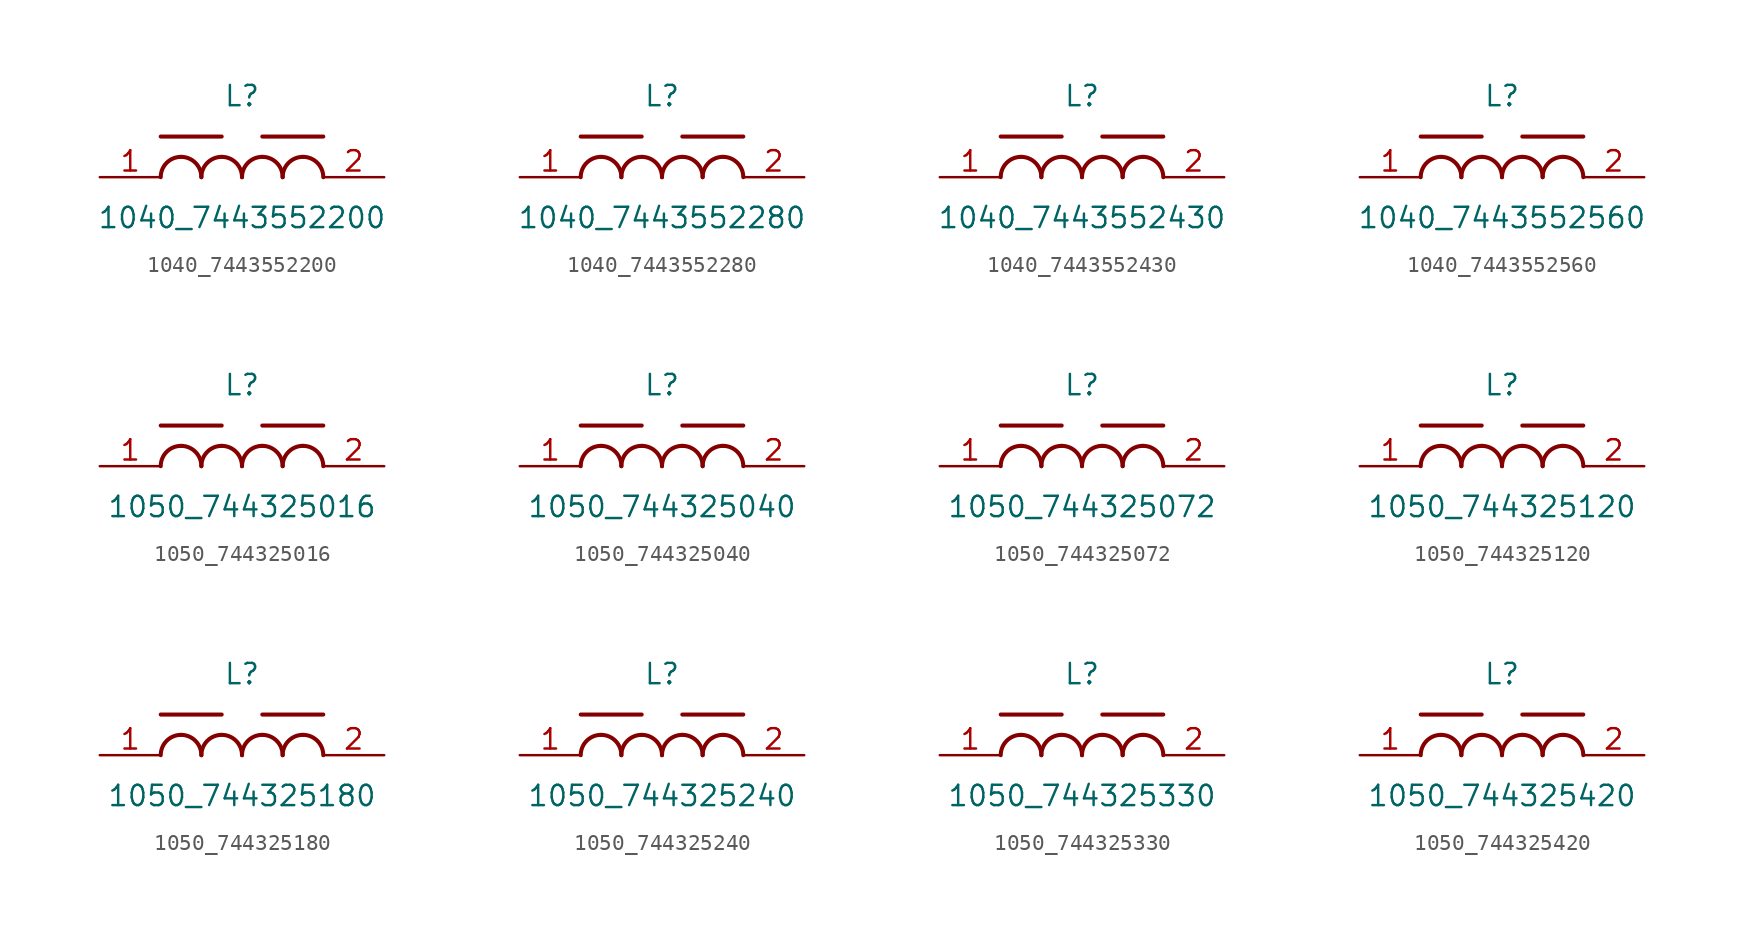
<source format=kicad_sym>
(kicad_symbol_lib
  (version 20211014)
  (generator kicad_symbol_editor)
  (symbol "Inductor_Wurth_WE-HCI:1040_7443552200"
    (pin_names hide)
    (property "Reference" "L"
      (at 0 5.08 0)
      (effects (font (size 1.27 1.27))))
    (property "Value" "1040_7443552200"
      (at 0 -2.54 0)
      (effects (font (size 1.27 1.27))))
    (symbol "1040_7443552200_0_1"
      (arc (start -3.81 1.27) (mid -4.708 0.898) (end -5.08 0) (stroke (width 0.254) (type default) (color 0 0 0 0)) (fill (type none)))
      (arc (start -2.54 0) (mid -2.912 0.898) (end -3.81 1.27) (stroke (width 0.254) (type default) (color 0 0 0 0)) (fill (type none)))
      (arc (start -1.2699 1.2701) (mid -2.1679 0.8981) (end -2.5399 0.0001) (stroke (width 0.254) (type default) (color 0 0 0 0)) (fill (type none)))
      (polyline (pts (xy -5.08 2.54) (xy -1.27 2.54)) (stroke (width 0.254) (type default) (color 0 0 0 0)) (fill (type none)))
      (polyline (pts (xy 5.08 2.54) (xy 1.27 2.54)) (stroke (width 0.254) (type default) (color 0 0 0 0)) (fill (type none)))
      (arc (start 0.0001 0.0001) (mid -0.3719 0.8981) (end -1.2699 1.2701) (stroke (width 0.254) (type default) (color 0 0 0 0)) (fill (type none)))
      (arc (start 1.2701 1.2701) (mid 0.3721 0.8981) (end 0.0001 0.0001) (stroke (width 0.254) (type default) (color 0 0 0 0)) (fill (type none)))
      (arc (start 2.5401 0.0001) (mid 2.1681 0.8981) (end 1.2701 1.2701) (stroke (width 0.254) (type default) (color 0 0 0 0)) (fill (type none)))
      (arc (start 3.8101 1.2701) (mid 2.9121 0.8981) (end 2.5401 0.0001) (stroke (width 0.254) (type default) (color 0 0 0 0)) (fill (type none)))
      (arc (start 5.0801 0.0001) (mid 4.7081 0.8981) (end 3.8101 1.2701) (stroke (width 0.254) (type default) (color 0 0 0 0)) (fill (type none))))
    (symbol "1040_7443552200_1_1"
      (pin passive line (at -8.89 0 0) (length 3.81) (name "1" (effects (font (size 1.27 1.27)))) (number "1" (effects (font (size 1.27 1.27)))))
      (pin passive line (at 8.89 0 180) (length 3.81) (name "2" (effects (font (size 1.27 1.27)))) (number "2" (effects (font (size 1.27 1.27)))))))
  (symbol "Inductor_Wurth_WE-HCI:1040_7443552280"
    (pin_names hide)
    (property "Reference" "L"
      (at 0 5.08 0)
      (effects (font (size 1.27 1.27))))
    (property "Value" "1040_7443552280"
      (at 0 -2.54 0)
      (effects (font (size 1.27 1.27))))
    (symbol "1040_7443552280_0_1"
      (arc (start -3.81 1.27) (mid -4.708 0.898) (end -5.08 0) (stroke (width 0.254) (type default) (color 0 0 0 0)) (fill (type none)))
      (arc (start -2.54 0) (mid -2.912 0.898) (end -3.81 1.27) (stroke (width 0.254) (type default) (color 0 0 0 0)) (fill (type none)))
      (arc (start -1.2699 1.2701) (mid -2.1679 0.8981) (end -2.5399 0.0001) (stroke (width 0.254) (type default) (color 0 0 0 0)) (fill (type none)))
      (polyline (pts (xy -5.08 2.54) (xy -1.27 2.54)) (stroke (width 0.254) (type default) (color 0 0 0 0)) (fill (type none)))
      (polyline (pts (xy 5.08 2.54) (xy 1.27 2.54)) (stroke (width 0.254) (type default) (color 0 0 0 0)) (fill (type none)))
      (arc (start 0.0001 0.0001) (mid -0.3719 0.8981) (end -1.2699 1.2701) (stroke (width 0.254) (type default) (color 0 0 0 0)) (fill (type none)))
      (arc (start 1.2701 1.2701) (mid 0.3721 0.8981) (end 0.0001 0.0001) (stroke (width 0.254) (type default) (color 0 0 0 0)) (fill (type none)))
      (arc (start 2.5401 0.0001) (mid 2.1681 0.8981) (end 1.2701 1.2701) (stroke (width 0.254) (type default) (color 0 0 0 0)) (fill (type none)))
      (arc (start 3.8101 1.2701) (mid 2.9121 0.8981) (end 2.5401 0.0001) (stroke (width 0.254) (type default) (color 0 0 0 0)) (fill (type none)))
      (arc (start 5.0801 0.0001) (mid 4.7081 0.8981) (end 3.8101 1.2701) (stroke (width 0.254) (type default) (color 0 0 0 0)) (fill (type none))))
    (symbol "1040_7443552280_1_1"
      (pin passive line (at -8.89 0 0) (length 3.81) (name "1" (effects (font (size 1.27 1.27)))) (number "1" (effects (font (size 1.27 1.27)))))
      (pin passive line (at 8.89 0 180) (length 3.81) (name "2" (effects (font (size 1.27 1.27)))) (number "2" (effects (font (size 1.27 1.27)))))))
  (symbol "Inductor_Wurth_WE-HCI:1040_7443552430"
    (pin_names hide)
    (property "Reference" "L"
      (at 0 5.08 0)
      (effects (font (size 1.27 1.27))))
    (property "Value" "1040_7443552430"
      (at 0 -2.54 0)
      (effects (font (size 1.27 1.27))))
    (symbol "1040_7443552430_0_1"
      (arc (start -3.81 1.27) (mid -4.708 0.898) (end -5.08 0) (stroke (width 0.254) (type default) (color 0 0 0 0)) (fill (type none)))
      (arc (start -2.54 0) (mid -2.912 0.898) (end -3.81 1.27) (stroke (width 0.254) (type default) (color 0 0 0 0)) (fill (type none)))
      (arc (start -1.2699 1.2701) (mid -2.1679 0.8981) (end -2.5399 0.0001) (stroke (width 0.254) (type default) (color 0 0 0 0)) (fill (type none)))
      (polyline (pts (xy -5.08 2.54) (xy -1.27 2.54)) (stroke (width 0.254) (type default) (color 0 0 0 0)) (fill (type none)))
      (polyline (pts (xy 5.08 2.54) (xy 1.27 2.54)) (stroke (width 0.254) (type default) (color 0 0 0 0)) (fill (type none)))
      (arc (start 0.0001 0.0001) (mid -0.3719 0.8981) (end -1.2699 1.2701) (stroke (width 0.254) (type default) (color 0 0 0 0)) (fill (type none)))
      (arc (start 1.2701 1.2701) (mid 0.3721 0.8981) (end 0.0001 0.0001) (stroke (width 0.254) (type default) (color 0 0 0 0)) (fill (type none)))
      (arc (start 2.5401 0.0001) (mid 2.1681 0.8981) (end 1.2701 1.2701) (stroke (width 0.254) (type default) (color 0 0 0 0)) (fill (type none)))
      (arc (start 3.8101 1.2701) (mid 2.9121 0.8981) (end 2.5401 0.0001) (stroke (width 0.254) (type default) (color 0 0 0 0)) (fill (type none)))
      (arc (start 5.0801 0.0001) (mid 4.7081 0.8981) (end 3.8101 1.2701) (stroke (width 0.254) (type default) (color 0 0 0 0)) (fill (type none))))
    (symbol "1040_7443552430_1_1"
      (pin passive line (at -8.89 0 0) (length 3.81) (name "1" (effects (font (size 1.27 1.27)))) (number "1" (effects (font (size 1.27 1.27)))))
      (pin passive line (at 8.89 0 180) (length 3.81) (name "2" (effects (font (size 1.27 1.27)))) (number "2" (effects (font (size 1.27 1.27)))))))
  (symbol "Inductor_Wurth_WE-HCI:1040_7443552560"
    (pin_names hide)
    (property "Reference" "L"
      (at 0 5.08 0)
      (effects (font (size 1.27 1.27))))
    (property "Value" "1040_7443552560"
      (at 0 -2.54 0)
      (effects (font (size 1.27 1.27))))
    (symbol "1040_7443552560_0_1"
      (arc (start -3.81 1.27) (mid -4.708 0.898) (end -5.08 0) (stroke (width 0.254) (type default) (color 0 0 0 0)) (fill (type none)))
      (arc (start -2.54 0) (mid -2.912 0.898) (end -3.81 1.27) (stroke (width 0.254) (type default) (color 0 0 0 0)) (fill (type none)))
      (arc (start -1.2699 1.2701) (mid -2.1679 0.8981) (end -2.5399 0.0001) (stroke (width 0.254) (type default) (color 0 0 0 0)) (fill (type none)))
      (polyline (pts (xy -5.08 2.54) (xy -1.27 2.54)) (stroke (width 0.254) (type default) (color 0 0 0 0)) (fill (type none)))
      (polyline (pts (xy 5.08 2.54) (xy 1.27 2.54)) (stroke (width 0.254) (type default) (color 0 0 0 0)) (fill (type none)))
      (arc (start 0.0001 0.0001) (mid -0.3719 0.8981) (end -1.2699 1.2701) (stroke (width 0.254) (type default) (color 0 0 0 0)) (fill (type none)))
      (arc (start 1.2701 1.2701) (mid 0.3721 0.8981) (end 0.0001 0.0001) (stroke (width 0.254) (type default) (color 0 0 0 0)) (fill (type none)))
      (arc (start 2.5401 0.0001) (mid 2.1681 0.8981) (end 1.2701 1.2701) (stroke (width 0.254) (type default) (color 0 0 0 0)) (fill (type none)))
      (arc (start 3.8101 1.2701) (mid 2.9121 0.8981) (end 2.5401 0.0001) (stroke (width 0.254) (type default) (color 0 0 0 0)) (fill (type none)))
      (arc (start 5.0801 0.0001) (mid 4.7081 0.8981) (end 3.8101 1.2701) (stroke (width 0.254) (type default) (color 0 0 0 0)) (fill (type none))))
    (symbol "1040_7443552560_1_1"
      (pin passive line (at -8.89 0 0) (length 3.81) (name "1" (effects (font (size 1.27 1.27)))) (number "1" (effects (font (size 1.27 1.27)))))
      (pin passive line (at 8.89 0 180) (length 3.81) (name "2" (effects (font (size 1.27 1.27)))) (number "2" (effects (font (size 1.27 1.27)))))))
  (symbol "Inductor_Wurth_WE-HCI:1050_744325016"
    (pin_names hide)
    (property "Reference" "L"
      (at 0 5.08 0)
      (effects (font (size 1.27 1.27))))
    (property "Value" "1050_744325016"
      (at 0 -2.54 0)
      (effects (font (size 1.27 1.27))))
    (symbol "1050_744325016_0_1"
      (arc (start -3.81 1.27) (mid -4.708 0.898) (end -5.08 0) (stroke (width 0.254) (type default) (color 0 0 0 0)) (fill (type none)))
      (arc (start -2.54 0) (mid -2.912 0.898) (end -3.81 1.27) (stroke (width 0.254) (type default) (color 0 0 0 0)) (fill (type none)))
      (arc (start -1.2699 1.2701) (mid -2.1679 0.8981) (end -2.5399 0.0001) (stroke (width 0.254) (type default) (color 0 0 0 0)) (fill (type none)))
      (polyline (pts (xy -5.08 2.54) (xy -1.27 2.54)) (stroke (width 0.254) (type default) (color 0 0 0 0)) (fill (type none)))
      (polyline (pts (xy 5.08 2.54) (xy 1.27 2.54)) (stroke (width 0.254) (type default) (color 0 0 0 0)) (fill (type none)))
      (arc (start 0.0001 0.0001) (mid -0.3719 0.8981) (end -1.2699 1.2701) (stroke (width 0.254) (type default) (color 0 0 0 0)) (fill (type none)))
      (arc (start 1.2701 1.2701) (mid 0.3721 0.8981) (end 0.0001 0.0001) (stroke (width 0.254) (type default) (color 0 0 0 0)) (fill (type none)))
      (arc (start 2.5401 0.0001) (mid 2.1681 0.8981) (end 1.2701 1.2701) (stroke (width 0.254) (type default) (color 0 0 0 0)) (fill (type none)))
      (arc (start 3.8101 1.2701) (mid 2.9121 0.8981) (end 2.5401 0.0001) (stroke (width 0.254) (type default) (color 0 0 0 0)) (fill (type none)))
      (arc (start 5.0801 0.0001) (mid 4.7081 0.8981) (end 3.8101 1.2701) (stroke (width 0.254) (type default) (color 0 0 0 0)) (fill (type none))))
    (symbol "1050_744325016_1_1"
      (pin passive line (at -8.89 0 0) (length 3.81) (name "1" (effects (font (size 1.27 1.27)))) (number "1" (effects (font (size 1.27 1.27)))))
      (pin passive line (at 8.89 0 180) (length 3.81) (name "2" (effects (font (size 1.27 1.27)))) (number "2" (effects (font (size 1.27 1.27)))))))
  (symbol "Inductor_Wurth_WE-HCI:1050_744325040"
    (pin_names hide)
    (property "Reference" "L"
      (at 0 5.08 0)
      (effects (font (size 1.27 1.27))))
    (property "Value" "1050_744325040"
      (at 0 -2.54 0)
      (effects (font (size 1.27 1.27))))
    (symbol "1050_744325040_0_1"
      (arc (start -3.81 1.27) (mid -4.708 0.898) (end -5.08 0) (stroke (width 0.254) (type default) (color 0 0 0 0)) (fill (type none)))
      (arc (start -2.54 0) (mid -2.912 0.898) (end -3.81 1.27) (stroke (width 0.254) (type default) (color 0 0 0 0)) (fill (type none)))
      (arc (start -1.2699 1.2701) (mid -2.1679 0.8981) (end -2.5399 0.0001) (stroke (width 0.254) (type default) (color 0 0 0 0)) (fill (type none)))
      (polyline (pts (xy -5.08 2.54) (xy -1.27 2.54)) (stroke (width 0.254) (type default) (color 0 0 0 0)) (fill (type none)))
      (polyline (pts (xy 5.08 2.54) (xy 1.27 2.54)) (stroke (width 0.254) (type default) (color 0 0 0 0)) (fill (type none)))
      (arc (start 0.0001 0.0001) (mid -0.3719 0.8981) (end -1.2699 1.2701) (stroke (width 0.254) (type default) (color 0 0 0 0)) (fill (type none)))
      (arc (start 1.2701 1.2701) (mid 0.3721 0.8981) (end 0.0001 0.0001) (stroke (width 0.254) (type default) (color 0 0 0 0)) (fill (type none)))
      (arc (start 2.5401 0.0001) (mid 2.1681 0.8981) (end 1.2701 1.2701) (stroke (width 0.254) (type default) (color 0 0 0 0)) (fill (type none)))
      (arc (start 3.8101 1.2701) (mid 2.9121 0.8981) (end 2.5401 0.0001) (stroke (width 0.254) (type default) (color 0 0 0 0)) (fill (type none)))
      (arc (start 5.0801 0.0001) (mid 4.7081 0.8981) (end 3.8101 1.2701) (stroke (width 0.254) (type default) (color 0 0 0 0)) (fill (type none))))
    (symbol "1050_744325040_1_1"
      (pin passive line (at -8.89 0 0) (length 3.81) (name "1" (effects (font (size 1.27 1.27)))) (number "1" (effects (font (size 1.27 1.27)))))
      (pin passive line (at 8.89 0 180) (length 3.81) (name "2" (effects (font (size 1.27 1.27)))) (number "2" (effects (font (size 1.27 1.27)))))))
  (symbol "Inductor_Wurth_WE-HCI:1050_744325072"
    (pin_names hide)
    (property "Reference" "L"
      (at 0 5.08 0)
      (effects (font (size 1.27 1.27))))
    (property "Value" "1050_744325072"
      (at 0 -2.54 0)
      (effects (font (size 1.27 1.27))))
    (symbol "1050_744325072_0_1"
      (arc (start -3.81 1.27) (mid -4.708 0.898) (end -5.08 0) (stroke (width 0.254) (type default) (color 0 0 0 0)) (fill (type none)))
      (arc (start -2.54 0) (mid -2.912 0.898) (end -3.81 1.27) (stroke (width 0.254) (type default) (color 0 0 0 0)) (fill (type none)))
      (arc (start -1.2699 1.2701) (mid -2.1679 0.8981) (end -2.5399 0.0001) (stroke (width 0.254) (type default) (color 0 0 0 0)) (fill (type none)))
      (polyline (pts (xy -5.08 2.54) (xy -1.27 2.54)) (stroke (width 0.254) (type default) (color 0 0 0 0)) (fill (type none)))
      (polyline (pts (xy 5.08 2.54) (xy 1.27 2.54)) (stroke (width 0.254) (type default) (color 0 0 0 0)) (fill (type none)))
      (arc (start 0.0001 0.0001) (mid -0.3719 0.8981) (end -1.2699 1.2701) (stroke (width 0.254) (type default) (color 0 0 0 0)) (fill (type none)))
      (arc (start 1.2701 1.2701) (mid 0.3721 0.8981) (end 0.0001 0.0001) (stroke (width 0.254) (type default) (color 0 0 0 0)) (fill (type none)))
      (arc (start 2.5401 0.0001) (mid 2.1681 0.8981) (end 1.2701 1.2701) (stroke (width 0.254) (type default) (color 0 0 0 0)) (fill (type none)))
      (arc (start 3.8101 1.2701) (mid 2.9121 0.8981) (end 2.5401 0.0001) (stroke (width 0.254) (type default) (color 0 0 0 0)) (fill (type none)))
      (arc (start 5.0801 0.0001) (mid 4.7081 0.8981) (end 3.8101 1.2701) (stroke (width 0.254) (type default) (color 0 0 0 0)) (fill (type none))))
    (symbol "1050_744325072_1_1"
      (pin passive line (at -8.89 0 0) (length 3.81) (name "1" (effects (font (size 1.27 1.27)))) (number "1" (effects (font (size 1.27 1.27)))))
      (pin passive line (at 8.89 0 180) (length 3.81) (name "2" (effects (font (size 1.27 1.27)))) (number "2" (effects (font (size 1.27 1.27)))))))
  (symbol "Inductor_Wurth_WE-HCI:1050_744325120"
    (pin_names hide)
    (property "Reference" "L"
      (at 0 5.08 0)
      (effects (font (size 1.27 1.27))))
    (property "Value" "1050_744325120"
      (at 0 -2.54 0)
      (effects (font (size 1.27 1.27))))
    (symbol "1050_744325120_0_1"
      (arc (start -3.81 1.27) (mid -4.708 0.898) (end -5.08 0) (stroke (width 0.254) (type default) (color 0 0 0 0)) (fill (type none)))
      (arc (start -2.54 0) (mid -2.912 0.898) (end -3.81 1.27) (stroke (width 0.254) (type default) (color 0 0 0 0)) (fill (type none)))
      (arc (start -1.2699 1.2701) (mid -2.1679 0.8981) (end -2.5399 0.0001) (stroke (width 0.254) (type default) (color 0 0 0 0)) (fill (type none)))
      (polyline (pts (xy -5.08 2.54) (xy -1.27 2.54)) (stroke (width 0.254) (type default) (color 0 0 0 0)) (fill (type none)))
      (polyline (pts (xy 5.08 2.54) (xy 1.27 2.54)) (stroke (width 0.254) (type default) (color 0 0 0 0)) (fill (type none)))
      (arc (start 0.0001 0.0001) (mid -0.3719 0.8981) (end -1.2699 1.2701) (stroke (width 0.254) (type default) (color 0 0 0 0)) (fill (type none)))
      (arc (start 1.2701 1.2701) (mid 0.3721 0.8981) (end 0.0001 0.0001) (stroke (width 0.254) (type default) (color 0 0 0 0)) (fill (type none)))
      (arc (start 2.5401 0.0001) (mid 2.1681 0.8981) (end 1.2701 1.2701) (stroke (width 0.254) (type default) (color 0 0 0 0)) (fill (type none)))
      (arc (start 3.8101 1.2701) (mid 2.9121 0.8981) (end 2.5401 0.0001) (stroke (width 0.254) (type default) (color 0 0 0 0)) (fill (type none)))
      (arc (start 5.0801 0.0001) (mid 4.7081 0.8981) (end 3.8101 1.2701) (stroke (width 0.254) (type default) (color 0 0 0 0)) (fill (type none))))
    (symbol "1050_744325120_1_1"
      (pin passive line (at -8.89 0 0) (length 3.81) (name "1" (effects (font (size 1.27 1.27)))) (number "1" (effects (font (size 1.27 1.27)))))
      (pin passive line (at 8.89 0 180) (length 3.81) (name "2" (effects (font (size 1.27 1.27)))) (number "2" (effects (font (size 1.27 1.27)))))))
  (symbol "Inductor_Wurth_WE-HCI:1050_744325180"
    (pin_names hide)
    (property "Reference" "L"
      (at 0 5.08 0)
      (effects (font (size 1.27 1.27))))
    (property "Value" "1050_744325180"
      (at 0 -2.54 0)
      (effects (font (size 1.27 1.27))))
    (symbol "1050_744325180_0_1"
      (arc (start -3.81 1.27) (mid -4.708 0.898) (end -5.08 0) (stroke (width 0.254) (type default) (color 0 0 0 0)) (fill (type none)))
      (arc (start -2.54 0) (mid -2.912 0.898) (end -3.81 1.27) (stroke (width 0.254) (type default) (color 0 0 0 0)) (fill (type none)))
      (arc (start -1.2699 1.2701) (mid -2.1679 0.8981) (end -2.5399 0.0001) (stroke (width 0.254) (type default) (color 0 0 0 0)) (fill (type none)))
      (polyline (pts (xy -5.08 2.54) (xy -1.27 2.54)) (stroke (width 0.254) (type default) (color 0 0 0 0)) (fill (type none)))
      (polyline (pts (xy 5.08 2.54) (xy 1.27 2.54)) (stroke (width 0.254) (type default) (color 0 0 0 0)) (fill (type none)))
      (arc (start 0.0001 0.0001) (mid -0.3719 0.8981) (end -1.2699 1.2701) (stroke (width 0.254) (type default) (color 0 0 0 0)) (fill (type none)))
      (arc (start 1.2701 1.2701) (mid 0.3721 0.8981) (end 0.0001 0.0001) (stroke (width 0.254) (type default) (color 0 0 0 0)) (fill (type none)))
      (arc (start 2.5401 0.0001) (mid 2.1681 0.8981) (end 1.2701 1.2701) (stroke (width 0.254) (type default) (color 0 0 0 0)) (fill (type none)))
      (arc (start 3.8101 1.2701) (mid 2.9121 0.8981) (end 2.5401 0.0001) (stroke (width 0.254) (type default) (color 0 0 0 0)) (fill (type none)))
      (arc (start 5.0801 0.0001) (mid 4.7081 0.8981) (end 3.8101 1.2701) (stroke (width 0.254) (type default) (color 0 0 0 0)) (fill (type none))))
    (symbol "1050_744325180_1_1"
      (pin passive line (at -8.89 0 0) (length 3.81) (name "1" (effects (font (size 1.27 1.27)))) (number "1" (effects (font (size 1.27 1.27)))))
      (pin passive line (at 8.89 0 180) (length 3.81) (name "2" (effects (font (size 1.27 1.27)))) (number "2" (effects (font (size 1.27 1.27)))))))
  (symbol "Inductor_Wurth_WE-HCI:1050_744325240"
    (pin_names hide)
    (property "Reference" "L"
      (at 0 5.08 0)
      (effects (font (size 1.27 1.27))))
    (property "Value" "1050_744325240"
      (at 0 -2.54 0)
      (effects (font (size 1.27 1.27))))
    (symbol "1050_744325240_0_1"
      (arc (start -3.81 1.27) (mid -4.708 0.898) (end -5.08 0) (stroke (width 0.254) (type default) (color 0 0 0 0)) (fill (type none)))
      (arc (start -2.54 0) (mid -2.912 0.898) (end -3.81 1.27) (stroke (width 0.254) (type default) (color 0 0 0 0)) (fill (type none)))
      (arc (start -1.2699 1.2701) (mid -2.1679 0.8981) (end -2.5399 0.0001) (stroke (width 0.254) (type default) (color 0 0 0 0)) (fill (type none)))
      (polyline (pts (xy -5.08 2.54) (xy -1.27 2.54)) (stroke (width 0.254) (type default) (color 0 0 0 0)) (fill (type none)))
      (polyline (pts (xy 5.08 2.54) (xy 1.27 2.54)) (stroke (width 0.254) (type default) (color 0 0 0 0)) (fill (type none)))
      (arc (start 0.0001 0.0001) (mid -0.3719 0.8981) (end -1.2699 1.2701) (stroke (width 0.254) (type default) (color 0 0 0 0)) (fill (type none)))
      (arc (start 1.2701 1.2701) (mid 0.3721 0.8981) (end 0.0001 0.0001) (stroke (width 0.254) (type default) (color 0 0 0 0)) (fill (type none)))
      (arc (start 2.5401 0.0001) (mid 2.1681 0.8981) (end 1.2701 1.2701) (stroke (width 0.254) (type default) (color 0 0 0 0)) (fill (type none)))
      (arc (start 3.8101 1.2701) (mid 2.9121 0.8981) (end 2.5401 0.0001) (stroke (width 0.254) (type default) (color 0 0 0 0)) (fill (type none)))
      (arc (start 5.0801 0.0001) (mid 4.7081 0.8981) (end 3.8101 1.2701) (stroke (width 0.254) (type default) (color 0 0 0 0)) (fill (type none))))
    (symbol "1050_744325240_1_1"
      (pin passive line (at -8.89 0 0) (length 3.81) (name "1" (effects (font (size 1.27 1.27)))) (number "1" (effects (font (size 1.27 1.27)))))
      (pin passive line (at 8.89 0 180) (length 3.81) (name "2" (effects (font (size 1.27 1.27)))) (number "2" (effects (font (size 1.27 1.27)))))))
  (symbol "Inductor_Wurth_WE-HCI:1050_744325330"
    (pin_names hide)
    (property "Reference" "L"
      (at 0 5.08 0)
      (effects (font (size 1.27 1.27))))
    (property "Value" "1050_744325330"
      (at 0 -2.54 0)
      (effects (font (size 1.27 1.27))))
    (symbol "1050_744325330_0_1"
      (arc (start -3.81 1.27) (mid -4.708 0.898) (end -5.08 0) (stroke (width 0.254) (type default) (color 0 0 0 0)) (fill (type none)))
      (arc (start -2.54 0) (mid -2.912 0.898) (end -3.81 1.27) (stroke (width 0.254) (type default) (color 0 0 0 0)) (fill (type none)))
      (arc (start -1.2699 1.2701) (mid -2.1679 0.8981) (end -2.5399 0.0001) (stroke (width 0.254) (type default) (color 0 0 0 0)) (fill (type none)))
      (polyline (pts (xy -5.08 2.54) (xy -1.27 2.54)) (stroke (width 0.254) (type default) (color 0 0 0 0)) (fill (type none)))
      (polyline (pts (xy 5.08 2.54) (xy 1.27 2.54)) (stroke (width 0.254) (type default) (color 0 0 0 0)) (fill (type none)))
      (arc (start 0.0001 0.0001) (mid -0.3719 0.8981) (end -1.2699 1.2701) (stroke (width 0.254) (type default) (color 0 0 0 0)) (fill (type none)))
      (arc (start 1.2701 1.2701) (mid 0.3721 0.8981) (end 0.0001 0.0001) (stroke (width 0.254) (type default) (color 0 0 0 0)) (fill (type none)))
      (arc (start 2.5401 0.0001) (mid 2.1681 0.8981) (end 1.2701 1.2701) (stroke (width 0.254) (type default) (color 0 0 0 0)) (fill (type none)))
      (arc (start 3.8101 1.2701) (mid 2.9121 0.8981) (end 2.5401 0.0001) (stroke (width 0.254) (type default) (color 0 0 0 0)) (fill (type none)))
      (arc (start 5.0801 0.0001) (mid 4.7081 0.8981) (end 3.8101 1.2701) (stroke (width 0.254) (type default) (color 0 0 0 0)) (fill (type none))))
    (symbol "1050_744325330_1_1"
      (pin passive line (at -8.89 0 0) (length 3.81) (name "1" (effects (font (size 1.27 1.27)))) (number "1" (effects (font (size 1.27 1.27)))))
      (pin passive line (at 8.89 0 180) (length 3.81) (name "2" (effects (font (size 1.27 1.27)))) (number "2" (effects (font (size 1.27 1.27)))))))
  (symbol "Inductor_Wurth_WE-HCI:1050_744325420"
    (pin_names hide)
    (property "Reference" "L"
      (at 0 5.08 0)
      (effects (font (size 1.27 1.27))))
    (property "Value" "1050_744325420"
      (at 0 -2.54 0)
      (effects (font (size 1.27 1.27))))
    (symbol "1050_744325420_0_1"
      (arc (start -3.81 1.27) (mid -4.708 0.898) (end -5.08 0) (stroke (width 0.254) (type default) (color 0 0 0 0)) (fill (type none)))
      (arc (start -2.54 0) (mid -2.912 0.898) (end -3.81 1.27) (stroke (width 0.254) (type default) (color 0 0 0 0)) (fill (type none)))
      (arc (start -1.2699 1.2701) (mid -2.1679 0.8981) (end -2.5399 0.0001) (stroke (width 0.254) (type default) (color 0 0 0 0)) (fill (type none)))
      (polyline (pts (xy -5.08 2.54) (xy -1.27 2.54)) (stroke (width 0.254) (type default) (color 0 0 0 0)) (fill (type none)))
      (polyline (pts (xy 5.08 2.54) (xy 1.27 2.54)) (stroke (width 0.254) (type default) (color 0 0 0 0)) (fill (type none)))
      (arc (start 0.0001 0.0001) (mid -0.3719 0.8981) (end -1.2699 1.2701) (stroke (width 0.254) (type default) (color 0 0 0 0)) (fill (type none)))
      (arc (start 1.2701 1.2701) (mid 0.3721 0.8981) (end 0.0001 0.0001) (stroke (width 0.254) (type default) (color 0 0 0 0)) (fill (type none)))
      (arc (start 2.5401 0.0001) (mid 2.1681 0.8981) (end 1.2701 1.2701) (stroke (width 0.254) (type default) (color 0 0 0 0)) (fill (type none)))
      (arc (start 3.8101 1.2701) (mid 2.9121 0.8981) (end 2.5401 0.0001) (stroke (width 0.254) (type default) (color 0 0 0 0)) (fill (type none)))
      (arc (start 5.0801 0.0001) (mid 4.7081 0.8981) (end 3.8101 1.2701) (stroke (width 0.254) (type default) (color 0 0 0 0)) (fill (type none))))
    (symbol "1050_744325420_1_1"
      (pin passive line (at -8.89 0 0) (length 3.81) (name "1" (effects (font (size 1.27 1.27)))) (number "1" (effects (font (size 1.27 1.27)))))
      (pin passive line (at 8.89 0 180) (length 3.81) (name "2" (effects (font (size 1.27 1.27)))) (number "2" (effects (font (size 1.27 1.27))))))))
</source>
